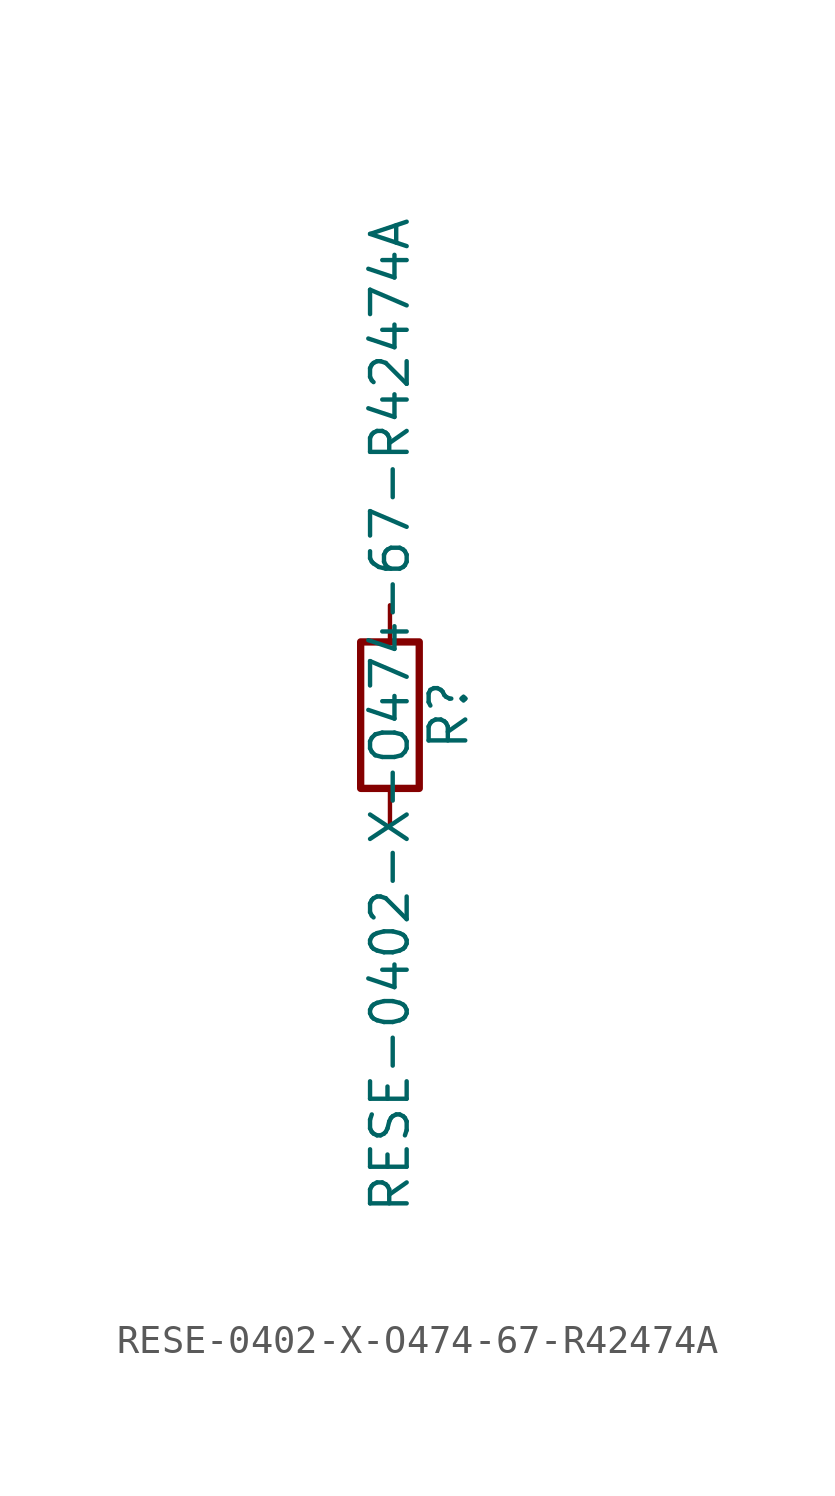
<source format=kicad_sym>
(kicad_symbol_lib
  (version 20211014)
  (generator kicad_symbol_editor)
  (symbol "RESE-0402-X-O474-67-R42474A"
    (pin_numbers hide)
    (pin_names
      (offset 0))
    (property "Reference" "R"
      (at 2.032 0 90)
      (effects (font (size 1.27 1.27))))
    (property "Value" "RESE-0402-X-O474-67-R42474A"
      (at 0 0 90)
      (effects (font (size 1.27 1.27))))
    (symbol "RESE-0402-X-O474-67-R42474A_0_1"
      (rectangle (start -1.016 -2.54) (end 1.016 2.54) (stroke (width 0.254) (type default) (color 0 0 0 0)) (fill (type none))))
    (symbol "RESE-0402-X-O474-67-R42474A_1_1"
      (pin passive line (at 0 3.81 270) (length 1.27) (name "~" (effects (font (size 1.27 1.27)))) (number "1" (effects (font (size 1.27 1.27)))))
      (pin passive line (at 0 -3.81 90) (length 1.27) (name "~" (effects (font (size 1.27 1.27)))) (number "2" (effects (font (size 1.27 1.27))))))))
</source>
